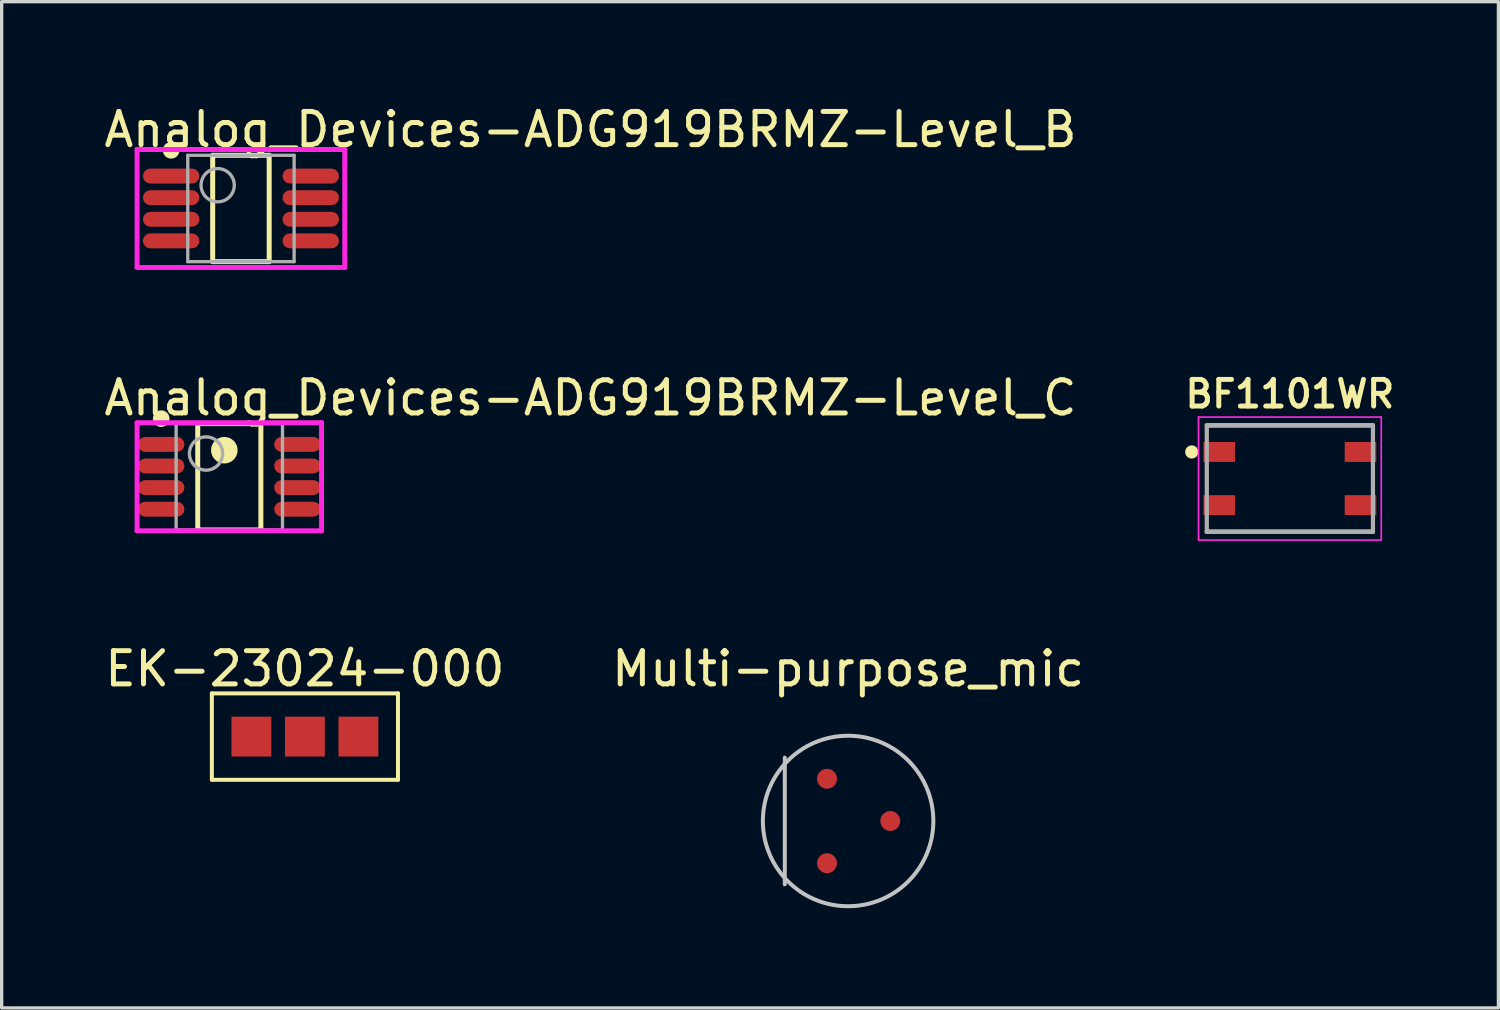
<source format=kicad_pcb>
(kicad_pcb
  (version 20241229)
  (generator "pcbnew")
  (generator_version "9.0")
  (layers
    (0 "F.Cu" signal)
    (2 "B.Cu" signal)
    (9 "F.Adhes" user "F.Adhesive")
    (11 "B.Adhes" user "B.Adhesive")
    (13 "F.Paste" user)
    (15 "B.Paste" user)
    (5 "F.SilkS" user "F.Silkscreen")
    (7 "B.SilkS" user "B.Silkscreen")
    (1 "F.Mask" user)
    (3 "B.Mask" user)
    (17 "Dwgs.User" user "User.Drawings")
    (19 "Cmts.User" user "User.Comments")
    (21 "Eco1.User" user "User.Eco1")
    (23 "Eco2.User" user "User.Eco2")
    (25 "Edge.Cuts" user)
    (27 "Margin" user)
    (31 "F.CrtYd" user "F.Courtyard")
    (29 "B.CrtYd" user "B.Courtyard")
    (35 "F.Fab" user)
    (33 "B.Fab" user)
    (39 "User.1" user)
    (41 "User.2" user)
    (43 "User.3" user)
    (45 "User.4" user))
  (footprint "Analog_Devices-ADG919BRMZ-Level_B"
    (layer "F.Cu")
    (at 4.2 3.223)
    (property "Reference" "Analog_Devices-ADG919BRMZ-Level_B" (at -4.2 -2.375 0) (layer "F.SilkS") (effects (font (size 1 1) (thickness 0.15)) (justify left)))
    (attr through_hole)
    (fp_line (start -0.85 -1.6) (end 0.85 -1.6) (stroke (width 0.15) (type solid)) (layer "F.SilkS"))
    (fp_line (start -0.85 1.6) (end -0.85 -1.6) (stroke (width 0.15) (type solid)) (layer "F.SilkS"))
    (fp_line (start -0.85 1.6) (end 0.85 1.6) (stroke (width 0.15) (type solid)) (layer "F.SilkS"))
    (fp_line (start 0.85 1.6) (end 0.85 -1.6) (stroke (width 0.15) (type solid)) (layer "F.SilkS"))
    (fp_circle (center -2.1 -1.75) (end -1.975 -1.75) (stroke (width 0.25) (type solid)) (fill no) (layer "F.SilkS"))
    (fp_line (start -3.125 -1.775) (end -3.125 1.775) (stroke (width 0.15) (type solid)) (layer "F.CrtYd"))
    (fp_line (start -3.125 1.775) (end 3.125 1.775) (stroke (width 0.15) (type solid)) (layer "F.CrtYd"))
    (fp_line (start 3.125 -1.775) (end -3.125 -1.775) (stroke (width 0.15) (type solid)) (layer "F.CrtYd"))
    (fp_line (start 3.125 -1.775) (end 3.125 -1.775) (stroke (width 0.15) (type solid)) (layer "F.CrtYd"))
    (fp_line (start 3.125 1.775) (end 3.125 -1.775) (stroke (width 0.15) (type solid)) (layer "F.CrtYd"))
    (fp_line (start -1.6 -1.6) (end 1.6 -1.6) (stroke (width 0.1) (type solid)) (layer "F.Fab"))
    (fp_line (start -1.6 1.6) (end -1.6 -1.6) (stroke (width 0.1) (type solid)) (layer "F.Fab"))
    (fp_line (start -1.6 1.6) (end 1.6 1.6) (stroke (width 0.1) (type solid)) (layer "F.Fab"))
    (fp_line (start 1.6 1.6) (end 1.6 -1.6) (stroke (width 0.1) (type solid)) (layer "F.Fab"))
    (fp_circle (center -0.7 -0.7) (end -0.2 -0.7) (stroke (width 0.1) (type solid)) (fill no) (layer "F.Fab"))
    (pad "1" smd roundrect (at -2.1 -0.975 270) (size 0.45 1.7) (layers "F.Cu" "F.Mask" "F.Paste") (roundrect_rratio 0.5))
    (pad "2" smd roundrect (at -2.1 -0.325 270) (size 0.45 1.7) (layers "F.Cu" "F.Mask" "F.Paste") (roundrect_rratio 0.5))
    (pad "3" smd roundrect (at -2.1 0.325 270) (size 0.45 1.7) (layers "F.Cu" "F.Mask" "F.Paste") (roundrect_rratio 0.5))
    (pad "4" smd roundrect (at -2.1 0.975 270) (size 0.45 1.7) (layers "F.Cu" "F.Mask" "F.Paste") (roundrect_rratio 0.5))
    (pad "5" smd roundrect (at 2.1 0.975 270) (size 0.45 1.7) (layers "F.Cu" "F.Mask" "F.Paste") (roundrect_rratio 0.5))
    (pad "6" smd roundrect (at 2.1 0.325 270) (size 0.45 1.7) (layers "F.Cu" "F.Mask" "F.Paste") (roundrect_rratio 0.5))
    (pad "7" smd roundrect (at 2.1 -0.325 270) (size 0.45 1.7) (layers "F.Cu" "F.Mask" "F.Paste") (roundrect_rratio 0.5))
    (pad "8" smd roundrect (at 2.1 -0.975 270) (size 0.45 1.7) (layers "F.Cu" "F.Mask" "F.Paste") (roundrect_rratio 0.5)))
  (footprint "Multi-purpose_mic"
    (layer "F.Cu")
    (at 22.47 21.654)
    (property "Reference" "Multi-purpose_mic" (at 0 -4.58 0) (layer "F.SilkS") (effects (font (size 1 1) (thickness 0.15))))
    (attr through_hole)
    (fp_line (start -1.905 -1.905) (end -1.905 1.905) (stroke (width 0.12) (type solid)) (layer "Dwgs.User"))
    (fp_circle (center 0 0) (end 2.565 0) (stroke (width 0.12) (type solid)) (fill no) (layer "Dwgs.User"))
    (pad "1" smd circle (at -0.635 -1.27) (size 0.6 0.6) (layers "F.Cu" "F.Mask" "F.Paste"))
    (pad "2" smd circle (at -0.635 1.27) (size 0.6 0.6) (layers "F.Cu" "F.Mask" "F.Paste"))
    (pad "3" smd custom (at 1.27 0) (size 0.6 0.6) (layers "F.Cu" "F.Mask" "F.Paste") (options (anchor circle)) (primitives)))
  (footprint "EK-23024-000"
    (layer "F.Cu")
    (at 6.125 19.114)
    (property "Reference" "EK-23024-000" (at 0 -2.04 0) (layer "F.SilkS") (effects (font (size 1 1) (thickness 0.15))))
    (attr through_hole)
    (fp_line (start -2.8 -1.3) (end -2.8 1.3) (stroke (width 0.12) (type solid)) (layer "F.SilkS"))
    (fp_line (start -2.8 -1.3) (end 2.8 -1.3) (stroke (width 0.12) (type solid)) (layer "F.SilkS"))
    (fp_line (start -2.8 1.3) (end 2.8 1.3) (stroke (width 0.12) (type solid)) (layer "F.SilkS"))
    (fp_line (start 2.8 -1.3) (end 2.8 1.3) (stroke (width 0.12) (type solid)) (layer "F.SilkS"))
    (pad "1" smd rect (at -1.61 0) (size 1.2 1.2) (layers "F.Cu" "F.Mask" "F.Paste"))
    (pad "2" smd rect (at 0 0) (size 1.2 1.2) (layers "F.Cu" "F.Mask" "F.Paste"))
    (pad "3" smd rect (at 1.61 0) (size 1.2 1.2) (layers "F.Cu" "F.Mask" "F.Paste")))
  (footprint "Analog_Devices-ADG919BRMZ-Level_C"
    (layer "F.Cu")
    (at 3.85 11.297)
    (property "Reference" "Analog_Devices-ADG919BRMZ-Level_C" (at -3.85 -2.375 0) (layer "F.SilkS") (effects (font (size 1 1) (thickness 0.15)) (justify left)))
    (attr through_hole)
    (fp_line (start -0.95 -1.6) (end 0.95 -1.6) (stroke (width 0.15) (type solid)) (layer "F.SilkS"))
    (fp_line (start -0.95 1.6) (end -0.95 -1.6) (stroke (width 0.15) (type solid)) (layer "F.SilkS"))
    (fp_line (start -0.95 1.6) (end 0.95 1.6) (stroke (width 0.15) (type solid)) (layer "F.SilkS"))
    (fp_line (start 0.95 1.6) (end 0.95 -1.6) (stroke (width 0.15) (type solid)) (layer "F.SilkS"))
    (fp_circle (center -2.05 -1.75) (end -1.925 -1.75) (stroke (width 0.25) (type solid)) (fill no) (layer "F.SilkS"))
    (fp_circle (center -0.15 -0.8) (end 0.05 -0.8) (stroke (width 0.4) (type solid)) (fill no) (layer "F.SilkS"))
    (fp_line (start -2.775 -1.625) (end -2.775 1.625) (stroke (width 0.15) (type solid)) (layer "F.CrtYd"))
    (fp_line (start -2.775 1.625) (end 2.775 1.625) (stroke (width 0.15) (type solid)) (layer "F.CrtYd"))
    (fp_line (start 2.775 -1.625) (end -2.775 -1.625) (stroke (width 0.15) (type solid)) (layer "F.CrtYd"))
    (fp_line (start 2.775 -1.625) (end 2.775 -1.625) (stroke (width 0.15) (type solid)) (layer "F.CrtYd"))
    (fp_line (start 2.775 1.625) (end 2.775 -1.625) (stroke (width 0.15) (type solid)) (layer "F.CrtYd"))
    (fp_line (start -1.6 -1.6) (end 1.6 -1.6) (stroke (width 0.1) (type solid)) (layer "F.Fab"))
    (fp_line (start -1.6 1.6) (end -1.6 -1.6) (stroke (width 0.1) (type solid)) (layer "F.Fab"))
    (fp_line (start -1.6 1.6) (end 1.6 1.6) (stroke (width 0.1) (type solid)) (layer "F.Fab"))
    (fp_line (start 1.6 1.6) (end 1.6 -1.6) (stroke (width 0.1) (type solid)) (layer "F.Fab"))
    (fp_circle (center -0.7 -0.7) (end -0.2 -0.7) (stroke (width 0.1) (type solid)) (fill no) (layer "F.Fab"))
    (pad "1" smd roundrect (at -2.05 -0.975 270) (size 0.45 1.4) (layers "F.Cu" "F.Mask" "F.Paste") (roundrect_rratio 0.5))
    (pad "2" smd roundrect (at -2.05 -0.325 270) (size 0.45 1.4) (layers "F.Cu" "F.Mask" "F.Paste") (roundrect_rratio 0.5))
    (pad "3" smd roundrect (at -2.05 0.325 270) (size 0.45 1.4) (layers "F.Cu" "F.Mask" "F.Paste") (roundrect_rratio 0.5))
    (pad "4" smd roundrect (at -2.05 0.975 270) (size 0.45 1.4) (layers "F.Cu" "F.Mask" "F.Paste") (roundrect_rratio 0.5))
    (pad "5" smd roundrect (at 2.05 0.975 270) (size 0.45 1.4) (layers "F.Cu" "F.Mask" "F.Paste") (roundrect_rratio 0.5))
    (pad "6" smd roundrect (at 2.05 0.325 270) (size 0.45 1.4) (layers "F.Cu" "F.Mask" "F.Paste") (roundrect_rratio 0.5))
    (pad "7" smd roundrect (at 2.05 -0.325 270) (size 0.45 1.4) (layers "F.Cu" "F.Mask" "F.Paste") (roundrect_rratio 0.5))
    (pad "8" smd roundrect (at 2.05 -0.975 270) (size 0.45 1.4) (layers "F.Cu" "F.Mask" "F.Paste") (roundrect_rratio 0.5)))
  (footprint "BF1101WR"
    (layer "F.Cu")
    (at 35.763 11.35)
    (property "Reference" "BF1101WR" (at -0.000015 -2.545 0) (layer "F.SilkS") (effects (font (size 0.802 0.802) (thickness 0.15))))
    (attr through_hole)
    (fp_line (start -2.5 1.6) (end 2.5 1.6) (stroke (width 0.127) (type solid)) (layer "F.SilkS"))
    (fp_line (start 2.5 -1.6) (end -2.5 -1.6) (stroke (width 0.127) (type solid)) (layer "F.SilkS"))
    (fp_circle (center -2.953 -0.8) (end -2.853 -0.8) (stroke (width 0.2) (type solid)) (fill no) (layer "F.SilkS"))
    (fp_line (start -2.75 -1.85) (end 2.75 -1.85) (stroke (width 0.05) (type solid)) (layer "F.CrtYd"))
    (fp_line (start -2.75 1.85) (end -2.75 -1.85) (stroke (width 0.05) (type solid)) (layer "F.CrtYd"))
    (fp_line (start 2.75 -1.85) (end 2.75 1.85) (stroke (width 0.05) (type solid)) (layer "F.CrtYd"))
    (fp_line (start 2.75 1.85) (end -2.75 1.85) (stroke (width 0.05) (type solid)) (layer "F.CrtYd"))
    (fp_line (start -2.5 -1.6) (end -2.5 1.6) (stroke (width 0.127) (type solid)) (layer "F.Fab"))
    (fp_line (start -2.5 1.6) (end 2.5 1.6) (stroke (width 0.127) (type solid)) (layer "F.Fab"))
    (fp_line (start 2.5 -1.6) (end -2.5 -1.6) (stroke (width 0.127) (type solid)) (layer "F.Fab"))
    (fp_line (start 2.5 1.6) (end 2.5 -1.6) (stroke (width 0.127) (type solid)) (layer "F.Fab"))
    (pad "1" smd rect (at -2.125 -0.8) (size 0.95 0.6) (layers "F.Cu" "F.Mask" "F.Paste"))
    (pad "2" smd rect (at -2.125 0.8) (size 0.95 0.6) (layers "F.Cu" "F.Mask" "F.Paste"))
    (pad "3" smd rect (at 2.125 0.8) (size 0.95 0.6) (layers "F.Cu" "F.Mask" "F.Paste"))
    (pad "4" smd rect (at 2.125 -0.8) (size 0.95 0.6) (layers "F.Cu" "F.Mask" "F.Paste")))
  (gr_rect
    (start -3 -3)
    (end 42.038 27.279)
    (stroke (width 0.1) (type default))
    (fill no)
    (layer "Edge.Cuts")))
</source>
